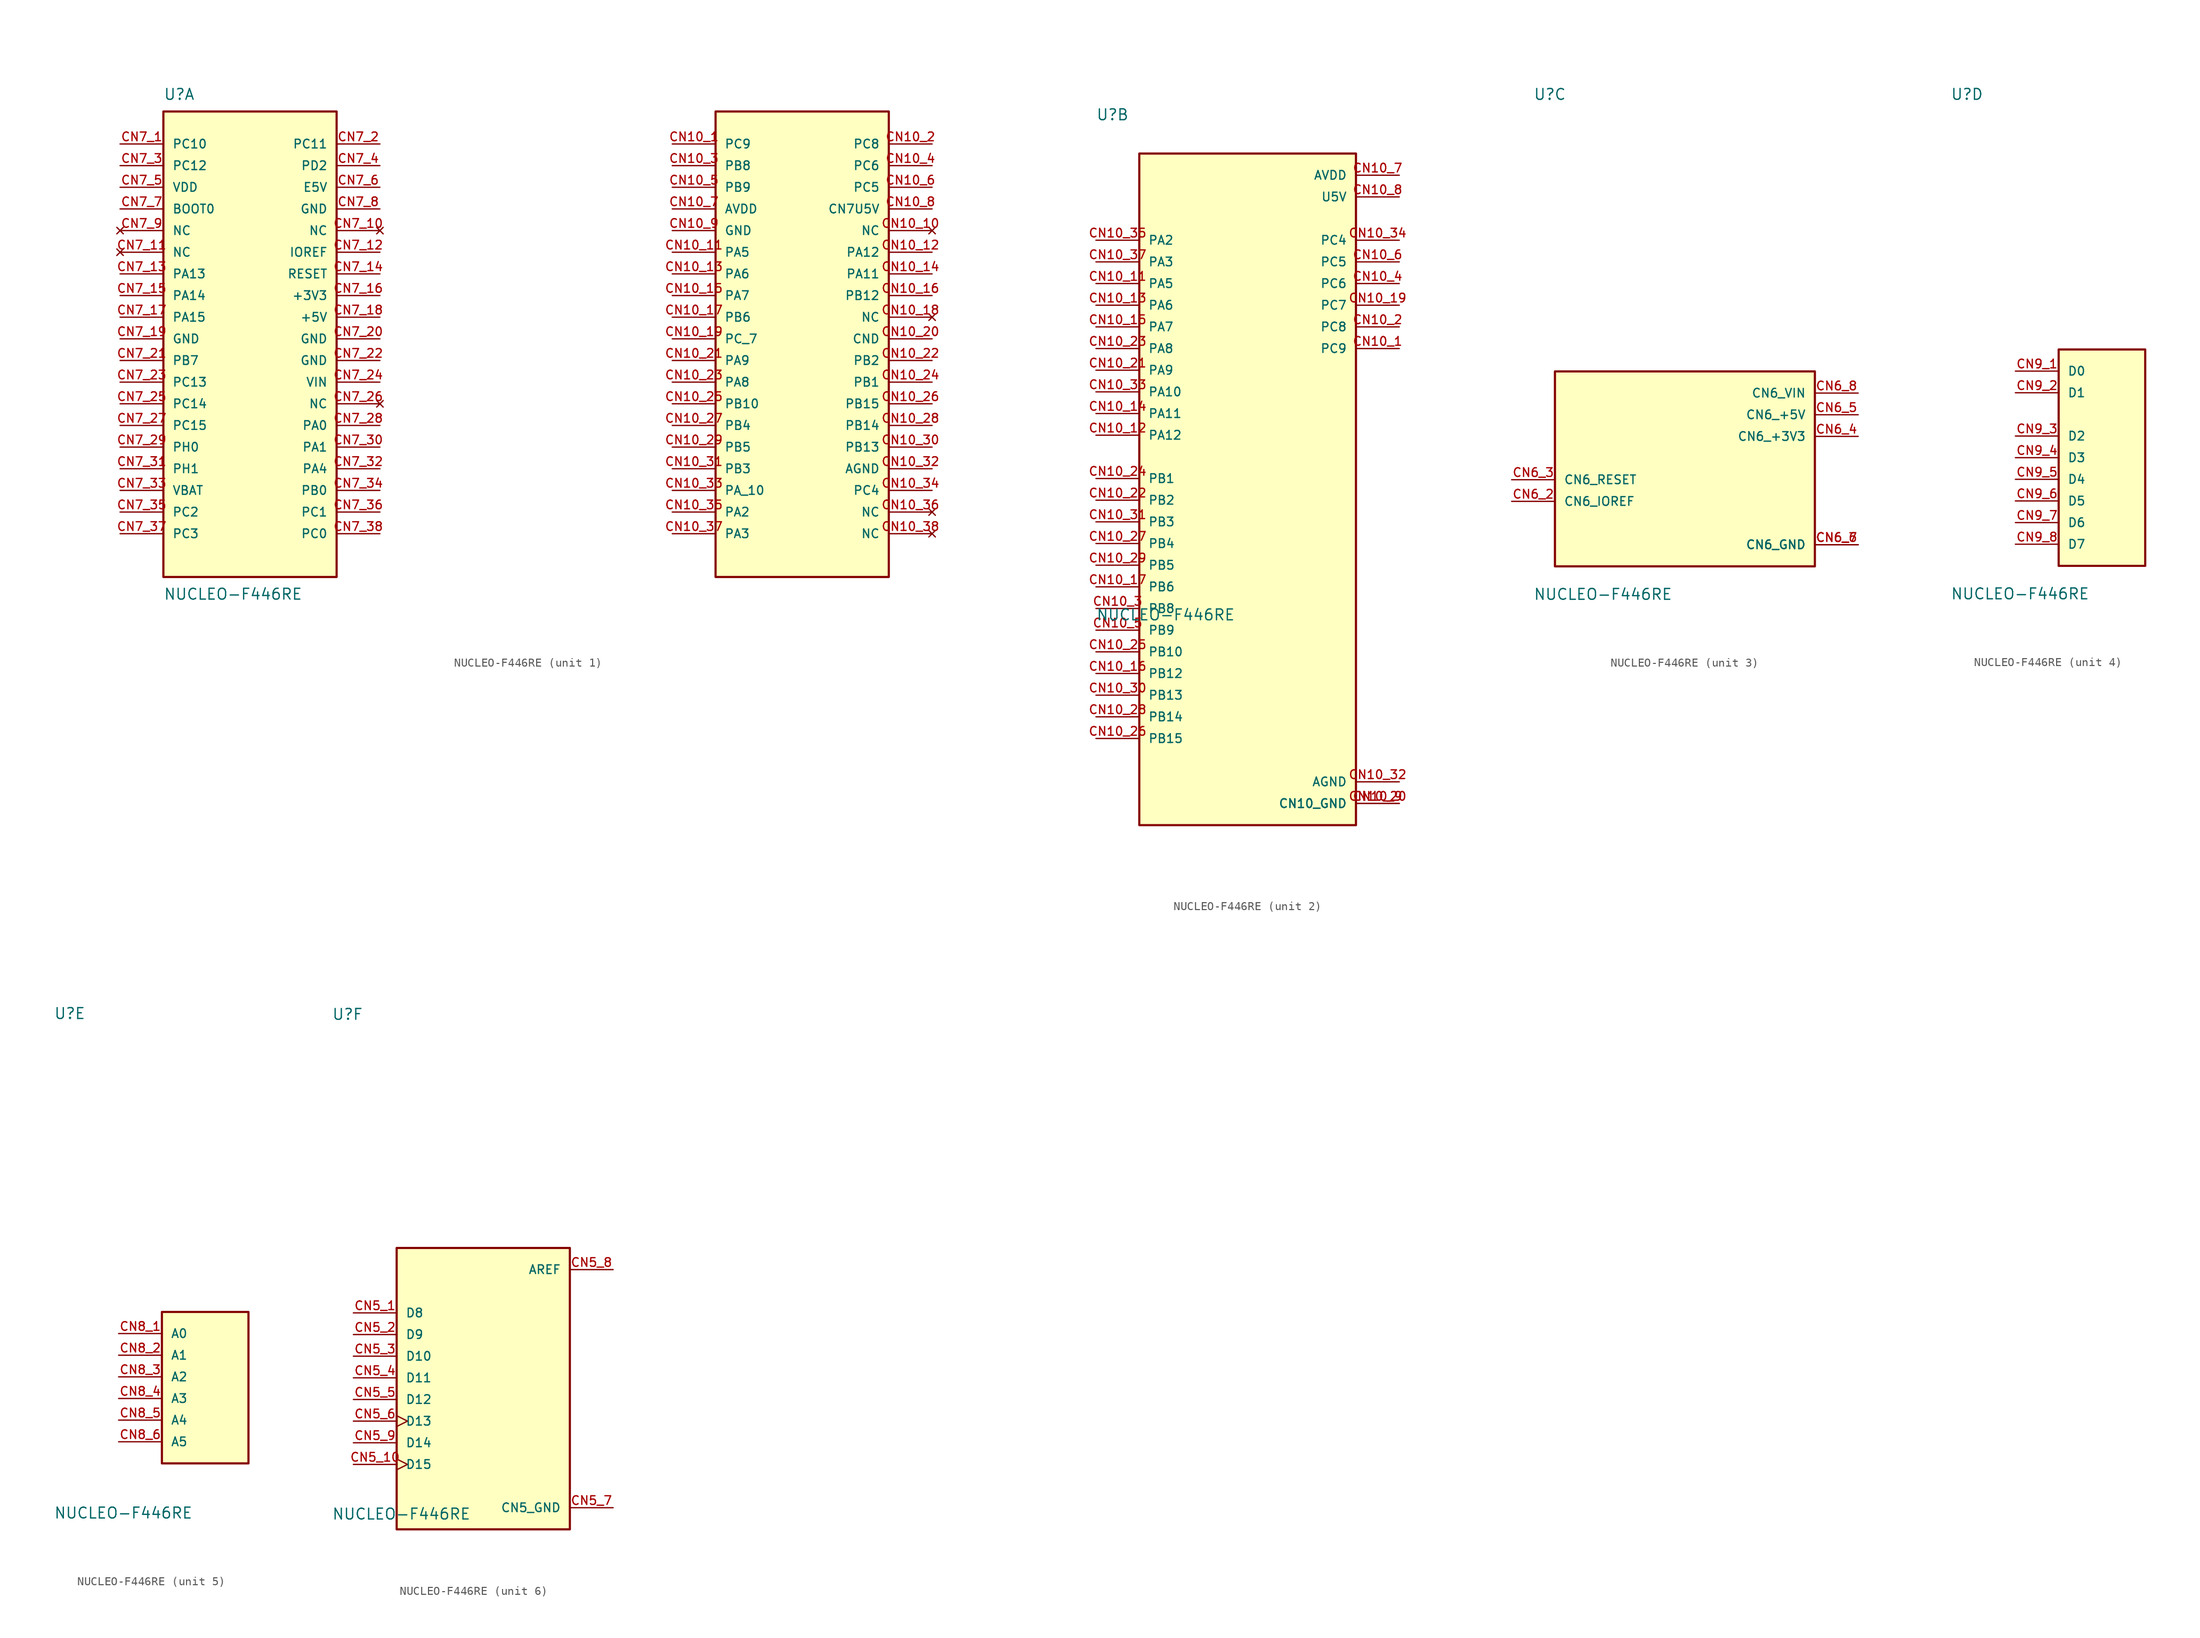
<source format=kicad_sym>
(kicad_symbol_lib
  (version 20220914)
  (generator kicad_symbol_editor)
  (symbol "NUCLEO-F446RE"
    (pin_names
      (offset 1.016))
    (property "Reference" "U"
      (at -17.78 41.91 0)
      (effects (font (size 1.27 1.27)) (justify left bottom)))
    (property "Value" "NUCLEO-F446RE"
      (at -17.78 -15.24 0)
      (effects (font (size 1.27 1.27)) (justify left top)))
    (symbol "NUCLEO-F446RE_1_0"
      (rectangle (start -17.78 40.64) (end 2.54 -13.97) (stroke (width 0.254) (type default)) (fill (type background)))
      (rectangle (start 46.99 40.64) (end 67.31 -13.97) (stroke (width 0.254) (type default)) (fill (type background)))
      (pin bidirectional line (at 41.91 36.83 0) (length 5.08) (name "PC9" (effects (font (size 1.016 1.016)))) (number "CN10_1" (effects (font (size 1.016 1.016)))))
      (pin no_connect line (at 72.39 26.67 180) (length 5.08) (name "NC" (effects (font (size 1.016 1.016)))) (number "CN10_10" (effects (font (size 1.016 1.016)))))
      (pin bidirectional line (at 41.91 24.13 0) (length 5.08) (name "PA5" (effects (font (size 1.016 1.016)))) (number "CN10_11" (effects (font (size 1.016 1.016)))))
      (pin bidirectional line (at 72.39 24.13 180) (length 5.08) (name "PA12" (effects (font (size 1.016 1.016)))) (number "CN10_12" (effects (font (size 1.016 1.016)))))
      (pin bidirectional line (at 41.91 21.59 0) (length 5.08) (name "PA6" (effects (font (size 1.016 1.016)))) (number "CN10_13" (effects (font (size 1.016 1.016)))))
      (pin bidirectional line (at 72.39 21.59 180) (length 5.08) (name "PA11" (effects (font (size 1.016 1.016)))) (number "CN10_14" (effects (font (size 1.016 1.016)))))
      (pin bidirectional line (at 41.91 19.05 0) (length 5.08) (name "PA7" (effects (font (size 1.016 1.016)))) (number "CN10_15" (effects (font (size 1.016 1.016)))))
      (pin power_in line (at 72.39 19.05 180) (length 5.08) (name "PB12" (effects (font (size 1.016 1.016)))) (number "CN10_16" (effects (font (size 1.016 1.016)))))
      (pin bidirectional line (at 41.91 16.51 0) (length 5.08) (name "PB6" (effects (font (size 1.016 1.016)))) (number "CN10_17" (effects (font (size 1.016 1.016)))))
      (pin no_connect line (at 72.39 16.51 180) (length 5.08) (name "NC" (effects (font (size 1.016 1.016)))) (number "CN10_18" (effects (font (size 1.016 1.016)))))
      (pin power_in line (at 41.91 13.97 0) (length 5.08) (name "PC_7" (effects (font (size 1.016 1.016)))) (number "CN10_19" (effects (font (size 1.016 1.016)))))
      (pin bidirectional line (at 72.39 36.83 180) (length 5.08) (name "PC8" (effects (font (size 1.016 1.016)))) (number "CN10_2" (effects (font (size 1.016 1.016)))))
      (pin power_in line (at 72.39 13.97 180) (length 5.08) (name "CND" (effects (font (size 1.016 1.016)))) (number "CN10_20" (effects (font (size 1.016 1.016)))))
      (pin bidirectional line (at 41.91 11.43 0) (length 5.08) (name "PA9" (effects (font (size 1.016 1.016)))) (number "CN10_21" (effects (font (size 1.016 1.016)))))
      (pin power_in line (at 72.39 11.43 180) (length 5.08) (name "PB2" (effects (font (size 1.016 1.016)))) (number "CN10_22" (effects (font (size 1.016 1.016)))))
      (pin bidirectional line (at 41.91 8.89 0) (length 5.08) (name "PA8" (effects (font (size 1.016 1.016)))) (number "CN10_23" (effects (font (size 1.016 1.016)))))
      (pin power_in line (at 72.39 8.89 180) (length 5.08) (name "PB1" (effects (font (size 1.016 1.016)))) (number "CN10_24" (effects (font (size 1.016 1.016)))))
      (pin bidirectional line (at 41.91 6.35 0) (length 5.08) (name "PB10" (effects (font (size 1.016 1.016)))) (number "CN10_25" (effects (font (size 1.016 1.016)))))
      (pin power_in line (at 72.39 6.35 180) (length 5.08) (name "PB15" (effects (font (size 1.016 1.016)))) (number "CN10_26" (effects (font (size 1.016 1.016)))))
      (pin bidirectional line (at 41.91 3.81 0) (length 5.08) (name "PB4" (effects (font (size 1.016 1.016)))) (number "CN10_27" (effects (font (size 1.016 1.016)))))
      (pin bidirectional line (at 72.39 3.81 180) (length 5.08) (name "PB14" (effects (font (size 1.016 1.016)))) (number "CN10_28" (effects (font (size 1.016 1.016)))))
      (pin bidirectional line (at 41.91 1.27 0) (length 5.08) (name "PB5" (effects (font (size 1.016 1.016)))) (number "CN10_29" (effects (font (size 1.016 1.016)))))
      (pin bidirectional line (at 41.91 34.29 0) (length 5.08) (name "PB8" (effects (font (size 1.016 1.016)))) (number "CN10_3" (effects (font (size 1.016 1.016)))))
      (pin bidirectional line (at 72.39 1.27 180) (length 5.08) (name "PB13" (effects (font (size 1.016 1.016)))) (number "CN10_30" (effects (font (size 1.016 1.016)))))
      (pin bidirectional line (at 41.91 -1.27 0) (length 5.08) (name "PB3" (effects (font (size 1.016 1.016)))) (number "CN10_31" (effects (font (size 1.016 1.016)))))
      (pin bidirectional line (at 72.39 -1.27 180) (length 5.08) (name "AGND" (effects (font (size 1.016 1.016)))) (number "CN10_32" (effects (font (size 1.016 1.016)))))
      (pin power_in line (at 41.91 -3.81 0) (length 5.08) (name "PA_10" (effects (font (size 1.016 1.016)))) (number "CN10_33" (effects (font (size 1.016 1.016)))))
      (pin bidirectional line (at 72.39 -3.81 180) (length 5.08) (name "PC4" (effects (font (size 1.016 1.016)))) (number "CN10_34" (effects (font (size 1.016 1.016)))))
      (pin bidirectional line (at 41.91 -6.35 0) (length 5.08) (name "PA2" (effects (font (size 1.016 1.016)))) (number "CN10_35" (effects (font (size 1.016 1.016)))))
      (pin no_connect line (at 72.39 -6.35 180) (length 5.08) (name "NC" (effects (font (size 1.016 1.016)))) (number "CN10_36" (effects (font (size 1.016 1.016)))))
      (pin bidirectional line (at 41.91 -8.89 0) (length 5.08) (name "PA3" (effects (font (size 1.016 1.016)))) (number "CN10_37" (effects (font (size 1.016 1.016)))))
      (pin no_connect line (at 72.39 -8.89 180) (length 5.08) (name "NC" (effects (font (size 1.016 1.016)))) (number "CN10_38" (effects (font (size 1.016 1.016)))))
      (pin bidirectional line (at 72.39 34.29 180) (length 5.08) (name "PC6" (effects (font (size 1.016 1.016)))) (number "CN10_4" (effects (font (size 1.016 1.016)))))
      (pin power_in line (at 41.91 31.75 0) (length 5.08) (name "PB9" (effects (font (size 1.016 1.016)))) (number "CN10_5" (effects (font (size 1.016 1.016)))))
      (pin power_in line (at 72.39 31.75 180) (length 5.08) (name "PC5" (effects (font (size 1.016 1.016)))) (number "CN10_6" (effects (font (size 1.016 1.016)))))
      (pin bidirectional line (at 41.91 29.21 0) (length 5.08) (name "AVDD" (effects (font (size 1.016 1.016)))) (number "CN10_7" (effects (font (size 1.016 1.016)))))
      (pin power_in line (at 72.39 29.21 180) (length 5.08) (name "CN7U5V" (effects (font (size 1.016 1.016)))) (number "CN10_8" (effects (font (size 1.016 1.016)))))
      (pin power_in line (at 41.91 26.67 0) (length 5.08) (name "GND" (effects (font (size 1.016 1.016)))) (number "CN10_9" (effects (font (size 1.016 1.016)))))
      (pin bidirectional line (at -22.86 36.83 0) (length 5.08) (name "PC10" (effects (font (size 1.016 1.016)))) (number "CN7_1" (effects (font (size 1.016 1.016)))))
      (pin no_connect line (at 7.62 26.67 180) (length 5.08) (name "NC" (effects (font (size 1.016 1.016)))) (number "CN7_10" (effects (font (size 1.016 1.016)))))
      (pin no_connect line (at -22.86 24.13 0) (length 5.08) (name "NC" (effects (font (size 1.016 1.016)))) (number "CN7_11" (effects (font (size 1.016 1.016)))))
      (pin bidirectional line (at 7.62 24.13 180) (length 5.08) (name "IOREF" (effects (font (size 1.016 1.016)))) (number "CN7_12" (effects (font (size 1.016 1.016)))))
      (pin bidirectional line (at -22.86 21.59 0) (length 5.08) (name "PA13" (effects (font (size 1.016 1.016)))) (number "CN7_13" (effects (font (size 1.016 1.016)))))
      (pin bidirectional line (at 7.62 21.59 180) (length 5.08) (name "RESET" (effects (font (size 1.016 1.016)))) (number "CN7_14" (effects (font (size 1.016 1.016)))))
      (pin bidirectional line (at -22.86 19.05 0) (length 5.08) (name "PA14" (effects (font (size 1.016 1.016)))) (number "CN7_15" (effects (font (size 1.016 1.016)))))
      (pin power_in line (at 7.62 19.05 180) (length 5.08) (name "+3V3" (effects (font (size 1.016 1.016)))) (number "CN7_16" (effects (font (size 1.016 1.016)))))
      (pin bidirectional line (at -22.86 16.51 0) (length 5.08) (name "PA15" (effects (font (size 1.016 1.016)))) (number "CN7_17" (effects (font (size 1.016 1.016)))))
      (pin power_in line (at 7.62 16.51 180) (length 5.08) (name "+5V" (effects (font (size 1.016 1.016)))) (number "CN7_18" (effects (font (size 1.016 1.016)))))
      (pin power_in line (at -22.86 13.97 0) (length 5.08) (name "GND" (effects (font (size 1.016 1.016)))) (number "CN7_19" (effects (font (size 1.016 1.016)))))
      (pin bidirectional line (at 7.62 36.83 180) (length 5.08) (name "PC11" (effects (font (size 1.016 1.016)))) (number "CN7_2" (effects (font (size 1.016 1.016)))))
      (pin power_in line (at 7.62 13.97 180) (length 5.08) (name "GND" (effects (font (size 1.016 1.016)))) (number "CN7_20" (effects (font (size 1.016 1.016)))))
      (pin bidirectional line (at -22.86 11.43 0) (length 5.08) (name "PB7" (effects (font (size 1.016 1.016)))) (number "CN7_21" (effects (font (size 1.016 1.016)))))
      (pin power_in line (at 7.62 11.43 180) (length 5.08) (name "GND" (effects (font (size 1.016 1.016)))) (number "CN7_22" (effects (font (size 1.016 1.016)))))
      (pin bidirectional line (at -22.86 8.89 0) (length 5.08) (name "PC13" (effects (font (size 1.016 1.016)))) (number "CN7_23" (effects (font (size 1.016 1.016)))))
      (pin power_in line (at 7.62 8.89 180) (length 5.08) (name "VIN" (effects (font (size 1.016 1.016)))) (number "CN7_24" (effects (font (size 1.016 1.016)))))
      (pin bidirectional line (at -22.86 6.35 0) (length 5.08) (name "PC14" (effects (font (size 1.016 1.016)))) (number "CN7_25" (effects (font (size 1.016 1.016)))))
      (pin no_connect line (at 7.62 6.35 180) (length 5.08) (name "NC" (effects (font (size 1.016 1.016)))) (number "CN7_26" (effects (font (size 1.016 1.016)))))
      (pin bidirectional line (at -22.86 3.81 0) (length 5.08) (name "PC15" (effects (font (size 1.016 1.016)))) (number "CN7_27" (effects (font (size 1.016 1.016)))))
      (pin bidirectional line (at 7.62 3.81 180) (length 5.08) (name "PA0" (effects (font (size 1.016 1.016)))) (number "CN7_28" (effects (font (size 1.016 1.016)))))
      (pin bidirectional line (at -22.86 1.27 0) (length 5.08) (name "PH0" (effects (font (size 1.016 1.016)))) (number "CN7_29" (effects (font (size 1.016 1.016)))))
      (pin bidirectional line (at -22.86 34.29 0) (length 5.08) (name "PC12" (effects (font (size 1.016 1.016)))) (number "CN7_3" (effects (font (size 1.016 1.016)))))
      (pin bidirectional line (at 7.62 1.27 180) (length 5.08) (name "PA1" (effects (font (size 1.016 1.016)))) (number "CN7_30" (effects (font (size 1.016 1.016)))))
      (pin bidirectional line (at -22.86 -1.27 0) (length 5.08) (name "PH1" (effects (font (size 1.016 1.016)))) (number "CN7_31" (effects (font (size 1.016 1.016)))))
      (pin bidirectional line (at 7.62 -1.27 180) (length 5.08) (name "PA4" (effects (font (size 1.016 1.016)))) (number "CN7_32" (effects (font (size 1.016 1.016)))))
      (pin power_in line (at -22.86 -3.81 0) (length 5.08) (name "VBAT" (effects (font (size 1.016 1.016)))) (number "CN7_33" (effects (font (size 1.016 1.016)))))
      (pin bidirectional line (at 7.62 -3.81 180) (length 5.08) (name "PB0" (effects (font (size 1.016 1.016)))) (number "CN7_34" (effects (font (size 1.016 1.016)))))
      (pin bidirectional line (at -22.86 -6.35 0) (length 5.08) (name "PC2" (effects (font (size 1.016 1.016)))) (number "CN7_35" (effects (font (size 1.016 1.016)))))
      (pin bidirectional line (at 7.62 -6.35 180) (length 5.08) (name "PC1" (effects (font (size 1.016 1.016)))) (number "CN7_36" (effects (font (size 1.016 1.016)))))
      (pin bidirectional line (at -22.86 -8.89 0) (length 5.08) (name "PC3" (effects (font (size 1.016 1.016)))) (number "CN7_37" (effects (font (size 1.016 1.016)))))
      (pin bidirectional line (at 7.62 -8.89 180) (length 5.08) (name "PC0" (effects (font (size 1.016 1.016)))) (number "CN7_38" (effects (font (size 1.016 1.016)))))
      (pin bidirectional line (at 7.62 34.29 180) (length 5.08) (name "PD2" (effects (font (size 1.016 1.016)))) (number "CN7_4" (effects (font (size 1.016 1.016)))))
      (pin power_in line (at -22.86 31.75 0) (length 5.08) (name "VDD" (effects (font (size 1.016 1.016)))) (number "CN7_5" (effects (font (size 1.016 1.016)))))
      (pin power_in line (at 7.62 31.75 180) (length 5.08) (name "E5V" (effects (font (size 1.016 1.016)))) (number "CN7_6" (effects (font (size 1.016 1.016)))))
      (pin bidirectional line (at -22.86 29.21 0) (length 5.08) (name "BOOT0" (effects (font (size 1.016 1.016)))) (number "CN7_7" (effects (font (size 1.016 1.016)))))
      (pin power_in line (at 7.62 29.21 180) (length 5.08) (name "GND" (effects (font (size 1.016 1.016)))) (number "CN7_8" (effects (font (size 1.016 1.016)))))
      (pin no_connect line (at -22.86 26.67 0) (length 5.08) (name "NC" (effects (font (size 1.016 1.016)))) (number "CN7_9" (effects (font (size 1.016 1.016))))))
    (symbol "NUCLEO-F446RE_2_0"
      (rectangle (start -12.7 -40.64) (end 12.7 38.1) (stroke (width 0.254) (type default)) (fill (type background)))
      (pin bidirectional line (at 17.78 15.24 180) (length 5.08) (name "PC9" (effects (font (size 1.016 1.016)))) (number "CN10_1" (effects (font (size 1.016 1.016)))))
      (pin bidirectional line (at -17.78 22.86 0) (length 5.08) (name "PA5" (effects (font (size 1.016 1.016)))) (number "CN10_11" (effects (font (size 1.016 1.016)))))
      (pin bidirectional line (at -17.78 5.08 0) (length 5.08) (name "PA12" (effects (font (size 1.016 1.016)))) (number "CN10_12" (effects (font (size 1.016 1.016)))))
      (pin bidirectional line (at -17.78 20.32 0) (length 5.08) (name "PA6" (effects (font (size 1.016 1.016)))) (number "CN10_13" (effects (font (size 1.016 1.016)))))
      (pin bidirectional line (at -17.78 7.62 0) (length 5.08) (name "PA11" (effects (font (size 1.016 1.016)))) (number "CN10_14" (effects (font (size 1.016 1.016)))))
      (pin bidirectional line (at -17.78 17.78 0) (length 5.08) (name "PA7" (effects (font (size 1.016 1.016)))) (number "CN10_15" (effects (font (size 1.016 1.016)))))
      (pin bidirectional line (at -17.78 -22.86 0) (length 5.08) (name "PB12" (effects (font (size 1.016 1.016)))) (number "CN10_16" (effects (font (size 1.016 1.016)))))
      (pin bidirectional line (at -17.78 -12.7 0) (length 5.08) (name "PB6" (effects (font (size 1.016 1.016)))) (number "CN10_17" (effects (font (size 1.016 1.016)))))
      (pin bidirectional line (at 17.78 20.32 180) (length 5.08) (name "PC7" (effects (font (size 1.016 1.016)))) (number "CN10_19" (effects (font (size 1.016 1.016)))))
      (pin bidirectional line (at 17.78 17.78 180) (length 5.08) (name "PC8" (effects (font (size 1.016 1.016)))) (number "CN10_2" (effects (font (size 1.016 1.016)))))
      (pin power_in line (at 17.78 -38.1 180) (length 5.08) (name "CN10_GND" (effects (font (size 1.016 1.016)))) (number "CN10_20" (effects (font (size 1.016 1.016)))))
      (pin bidirectional line (at -17.78 12.7 0) (length 5.08) (name "PA9" (effects (font (size 1.016 1.016)))) (number "CN10_21" (effects (font (size 1.016 1.016)))))
      (pin bidirectional line (at -17.78 -2.54 0) (length 5.08) (name "PB2" (effects (font (size 1.016 1.016)))) (number "CN10_22" (effects (font (size 1.016 1.016)))))
      (pin bidirectional line (at -17.78 15.24 0) (length 5.08) (name "PA8" (effects (font (size 1.016 1.016)))) (number "CN10_23" (effects (font (size 1.016 1.016)))))
      (pin bidirectional line (at -17.78 0 0) (length 5.08) (name "PB1" (effects (font (size 1.016 1.016)))) (number "CN10_24" (effects (font (size 1.016 1.016)))))
      (pin bidirectional line (at -17.78 -20.32 0) (length 5.08) (name "PB10" (effects (font (size 1.016 1.016)))) (number "CN10_25" (effects (font (size 1.016 1.016)))))
      (pin bidirectional line (at -17.78 -30.48 0) (length 5.08) (name "PB15" (effects (font (size 1.016 1.016)))) (number "CN10_26" (effects (font (size 1.016 1.016)))))
      (pin bidirectional line (at -17.78 -7.62 0) (length 5.08) (name "PB4" (effects (font (size 1.016 1.016)))) (number "CN10_27" (effects (font (size 1.016 1.016)))))
      (pin bidirectional line (at -17.78 -27.94 0) (length 5.08) (name "PB14" (effects (font (size 1.016 1.016)))) (number "CN10_28" (effects (font (size 1.016 1.016)))))
      (pin bidirectional line (at -17.78 -10.16 0) (length 5.08) (name "PB5" (effects (font (size 1.016 1.016)))) (number "CN10_29" (effects (font (size 1.016 1.016)))))
      (pin bidirectional line (at -17.78 -15.24 0) (length 5.08) (name "PB8" (effects (font (size 1.016 1.016)))) (number "CN10_3" (effects (font (size 1.016 1.016)))))
      (pin bidirectional line (at -17.78 -25.4 0) (length 5.08) (name "PB13" (effects (font (size 1.016 1.016)))) (number "CN10_30" (effects (font (size 1.016 1.016)))))
      (pin bidirectional line (at -17.78 -5.08 0) (length 5.08) (name "PB3" (effects (font (size 1.016 1.016)))) (number "CN10_31" (effects (font (size 1.016 1.016)))))
      (pin power_in line (at 17.78 -35.56 180) (length 5.08) (name "AGND" (effects (font (size 1.016 1.016)))) (number "CN10_32" (effects (font (size 1.016 1.016)))))
      (pin bidirectional line (at -17.78 10.16 0) (length 5.08) (name "PA10" (effects (font (size 1.016 1.016)))) (number "CN10_33" (effects (font (size 1.016 1.016)))))
      (pin bidirectional line (at 17.78 27.94 180) (length 5.08) (name "PC4" (effects (font (size 1.016 1.016)))) (number "CN10_34" (effects (font (size 1.016 1.016)))))
      (pin bidirectional line (at -17.78 27.94 0) (length 5.08) (name "PA2" (effects (font (size 1.016 1.016)))) (number "CN10_35" (effects (font (size 1.016 1.016)))))
      (pin bidirectional line (at -17.78 25.4 0) (length 5.08) (name "PA3" (effects (font (size 1.016 1.016)))) (number "CN10_37" (effects (font (size 1.016 1.016)))))
      (pin bidirectional line (at 17.78 22.86 180) (length 5.08) (name "PC6" (effects (font (size 1.016 1.016)))) (number "CN10_4" (effects (font (size 1.016 1.016)))))
      (pin bidirectional line (at -17.78 -17.78 0) (length 5.08) (name "PB9" (effects (font (size 1.016 1.016)))) (number "CN10_5" (effects (font (size 1.016 1.016)))))
      (pin bidirectional line (at 17.78 25.4 180) (length 5.08) (name "PC5" (effects (font (size 1.016 1.016)))) (number "CN10_6" (effects (font (size 1.016 1.016)))))
      (pin power_in line (at 17.78 35.56 180) (length 5.08) (name "AVDD" (effects (font (size 1.016 1.016)))) (number "CN10_7" (effects (font (size 1.016 1.016)))))
      (pin power_in line (at 17.78 33.02 180) (length 5.08) (name "U5V" (effects (font (size 1.016 1.016)))) (number "CN10_8" (effects (font (size 1.016 1.016)))))
      (pin power_in line (at 17.78 -38.1 180) (length 5.08) (name "CN10_GND" (effects (font (size 1.016 1.016)))) (number "CN10_9" (effects (font (size 1.016 1.016))))))
    (symbol "NUCLEO-F446RE_3_0"
      (rectangle (start -15.24 -12.7) (end 15.24 10.16) (stroke (width 0.254) (type default)) (fill (type background)))
      (pin bidirectional line (at -20.32 -5.08 0) (length 5.08) (name "CN6_IOREF" (effects (font (size 1.016 1.016)))) (number "CN6_2" (effects (font (size 1.016 1.016)))))
      (pin bidirectional line (at -20.32 -2.54 0) (length 5.08) (name "CN6_RESET" (effects (font (size 1.016 1.016)))) (number "CN6_3" (effects (font (size 1.016 1.016)))))
      (pin power_in line (at 20.32 2.54 180) (length 5.08) (name "CN6_+3V3" (effects (font (size 1.016 1.016)))) (number "CN6_4" (effects (font (size 1.016 1.016)))))
      (pin power_in line (at 20.32 5.08 180) (length 5.08) (name "CN6_+5V" (effects (font (size 1.016 1.016)))) (number "CN6_5" (effects (font (size 1.016 1.016)))))
      (pin power_in line (at 20.32 -10.16 180) (length 5.08) (name "CN6_GND" (effects (font (size 1.016 1.016)))) (number "CN6_6" (effects (font (size 1.016 1.016)))))
      (pin power_in line (at 20.32 -10.16 180) (length 5.08) (name "CN6_GND" (effects (font (size 1.016 1.016)))) (number "CN6_7" (effects (font (size 1.016 1.016)))))
      (pin power_in line (at 20.32 7.62 180) (length 5.08) (name "CN6_VIN" (effects (font (size 1.016 1.016)))) (number "CN6_8" (effects (font (size 1.016 1.016))))))
    (symbol "NUCLEO-F446RE_4_0"
      (rectangle (start -5.08 -12.7) (end 5.08 12.7) (stroke (width 0.254) (type default)) (fill (type background)))
      (pin input line (at -10.16 10.16 0) (length 5.08) (name "D0" (effects (font (size 1.016 1.016)))) (number "CN9_1" (effects (font (size 1.016 1.016)))))
      (pin output line (at -10.16 7.62 0) (length 5.08) (name "D1" (effects (font (size 1.016 1.016)))) (number "CN9_2" (effects (font (size 1.016 1.016)))))
      (pin bidirectional line (at -10.16 2.54 0) (length 5.08) (name "D2" (effects (font (size 1.016 1.016)))) (number "CN9_3" (effects (font (size 1.016 1.016)))))
      (pin bidirectional line (at -10.16 0 0) (length 5.08) (name "D3" (effects (font (size 1.016 1.016)))) (number "CN9_4" (effects (font (size 1.016 1.016)))))
      (pin bidirectional line (at -10.16 -2.54 0) (length 5.08) (name "D4" (effects (font (size 1.016 1.016)))) (number "CN9_5" (effects (font (size 1.016 1.016)))))
      (pin bidirectional line (at -10.16 -5.08 0) (length 5.08) (name "D5" (effects (font (size 1.016 1.016)))) (number "CN9_6" (effects (font (size 1.016 1.016)))))
      (pin bidirectional line (at -10.16 -7.62 0) (length 5.08) (name "D6" (effects (font (size 1.016 1.016)))) (number "CN9_7" (effects (font (size 1.016 1.016)))))
      (pin bidirectional line (at -10.16 -10.16 0) (length 5.08) (name "D7" (effects (font (size 1.016 1.016)))) (number "CN9_8" (effects (font (size 1.016 1.016))))))
    (symbol "NUCLEO-F446RE_5_0"
      (rectangle (start -5.08 -10.16) (end 5.08 7.62) (stroke (width 0.254) (type default)) (fill (type background)))
      (pin input line (at -10.16 5.08 0) (length 5.08) (name "A0" (effects (font (size 1.016 1.016)))) (number "CN8_1" (effects (font (size 1.016 1.016)))))
      (pin input line (at -10.16 2.54 0) (length 5.08) (name "A1" (effects (font (size 1.016 1.016)))) (number "CN8_2" (effects (font (size 1.016 1.016)))))
      (pin input line (at -10.16 0 0) (length 5.08) (name "A2" (effects (font (size 1.016 1.016)))) (number "CN8_3" (effects (font (size 1.016 1.016)))))
      (pin input line (at -10.16 -2.54 0) (length 5.08) (name "A3" (effects (font (size 1.016 1.016)))) (number "CN8_4" (effects (font (size 1.016 1.016)))))
      (pin input line (at -10.16 -5.08 0) (length 5.08) (name "A4" (effects (font (size 1.016 1.016)))) (number "CN8_5" (effects (font (size 1.016 1.016)))))
      (pin input line (at -10.16 -7.62 0) (length 5.08) (name "A5" (effects (font (size 1.016 1.016)))) (number "CN8_6" (effects (font (size 1.016 1.016))))))
    (symbol "NUCLEO-F446RE_6_0"
      (rectangle (start -10.16 -17.78) (end 10.16 15.24) (stroke (width 0.254) (type default)) (fill (type background)))
      (pin bidirectional line (at -15.24 7.62 0) (length 5.08) (name "D8" (effects (font (size 1.016 1.016)))) (number "CN5_1" (effects (font (size 1.016 1.016)))))
      (pin bidirectional clock (at -15.24 -10.16 0) (length 5.08) (name "D15" (effects (font (size 1.016 1.016)))) (number "CN5_10" (effects (font (size 1.016 1.016)))))
      (pin bidirectional line (at -15.24 5.08 0) (length 5.08) (name "D9" (effects (font (size 1.016 1.016)))) (number "CN5_2" (effects (font (size 1.016 1.016)))))
      (pin bidirectional line (at -15.24 2.54 0) (length 5.08) (name "D10" (effects (font (size 1.016 1.016)))) (number "CN5_3" (effects (font (size 1.016 1.016)))))
      (pin bidirectional line (at -15.24 0 0) (length 5.08) (name "D11" (effects (font (size 1.016 1.016)))) (number "CN5_4" (effects (font (size 1.016 1.016)))))
      (pin bidirectional line (at -15.24 -2.54 0) (length 5.08) (name "D12" (effects (font (size 1.016 1.016)))) (number "CN5_5" (effects (font (size 1.016 1.016)))))
      (pin bidirectional clock (at -15.24 -5.08 0) (length 5.08) (name "D13" (effects (font (size 1.016 1.016)))) (number "CN5_6" (effects (font (size 1.016 1.016)))))
      (pin power_in line (at 15.24 -15.24 180) (length 5.08) (name "CN5_GND" (effects (font (size 1.016 1.016)))) (number "CN5_7" (effects (font (size 1.016 1.016)))))
      (pin power_in line (at 15.24 12.7 180) (length 5.08) (name "AREF" (effects (font (size 1.016 1.016)))) (number "CN5_8" (effects (font (size 1.016 1.016)))))
      (pin bidirectional line (at -15.24 -7.62 0) (length 5.08) (name "D14" (effects (font (size 1.016 1.016)))) (number "CN5_9" (effects (font (size 1.016 1.016))))))))
</source>
